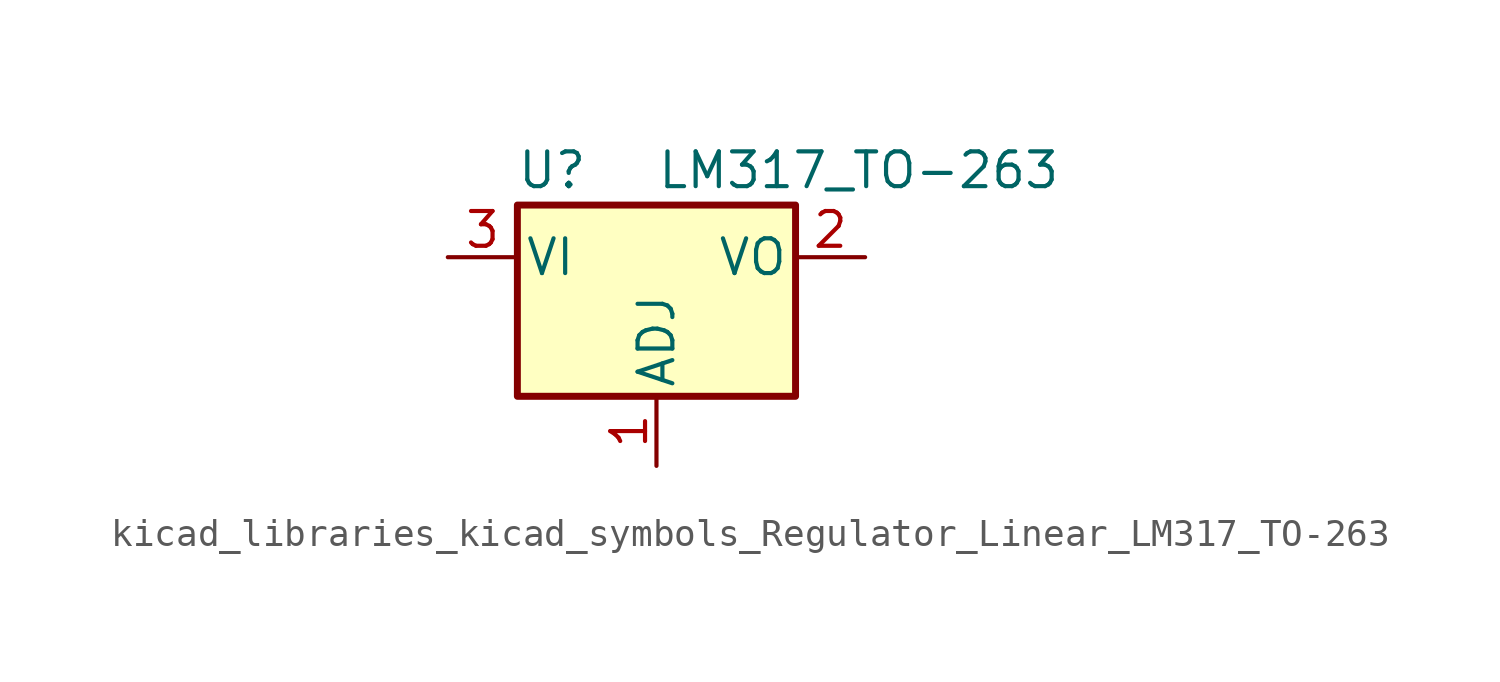
<source format=kicad_sym>
(kicad_symbol_lib
  (version 20220914)
  (generator kicad_symbol_editor)
  (symbol "kicad_libraries_kicad_symbols_Regulator_Linear_LM317_TO-263"
    (pin_names
      (offset 0.254))
    (property "Reference" "U"
      (at -3.81 3.175 0)
      (effects (font (size 1.27 1.27))))
    (property "Value" "LM317_TO-263"
      (at 0 3.175 0)
      (effects (font (size 1.27 1.27)) (justify left)))
    (symbol "kicad_libraries_kicad_symbols_Regulator_Linear_LM317_TO-263_0_1"
      (rectangle (start -5.08 1.905) (end 5.08 -5.08) (stroke (width 0.254) (type default)) (fill (type background))))
    (symbol "kicad_libraries_kicad_symbols_Regulator_Linear_LM317_TO-263_1_1"
      (pin input line (at 0 -7.62 90) (length 2.54) (name "ADJ" (effects (font (size 1.27 1.27)))) (number "1" (effects (font (size 1.27 1.27)))))
      (pin power_out line (at 7.62 0 180) (length 2.54) (name "VO" (effects (font (size 1.27 1.27)))) (number "2" (effects (font (size 1.27 1.27)))))
      (pin power_in line (at -7.62 0 0) (length 2.54) (name "VI" (effects (font (size 1.27 1.27)))) (number "3" (effects (font (size 1.27 1.27))))))))
</source>
